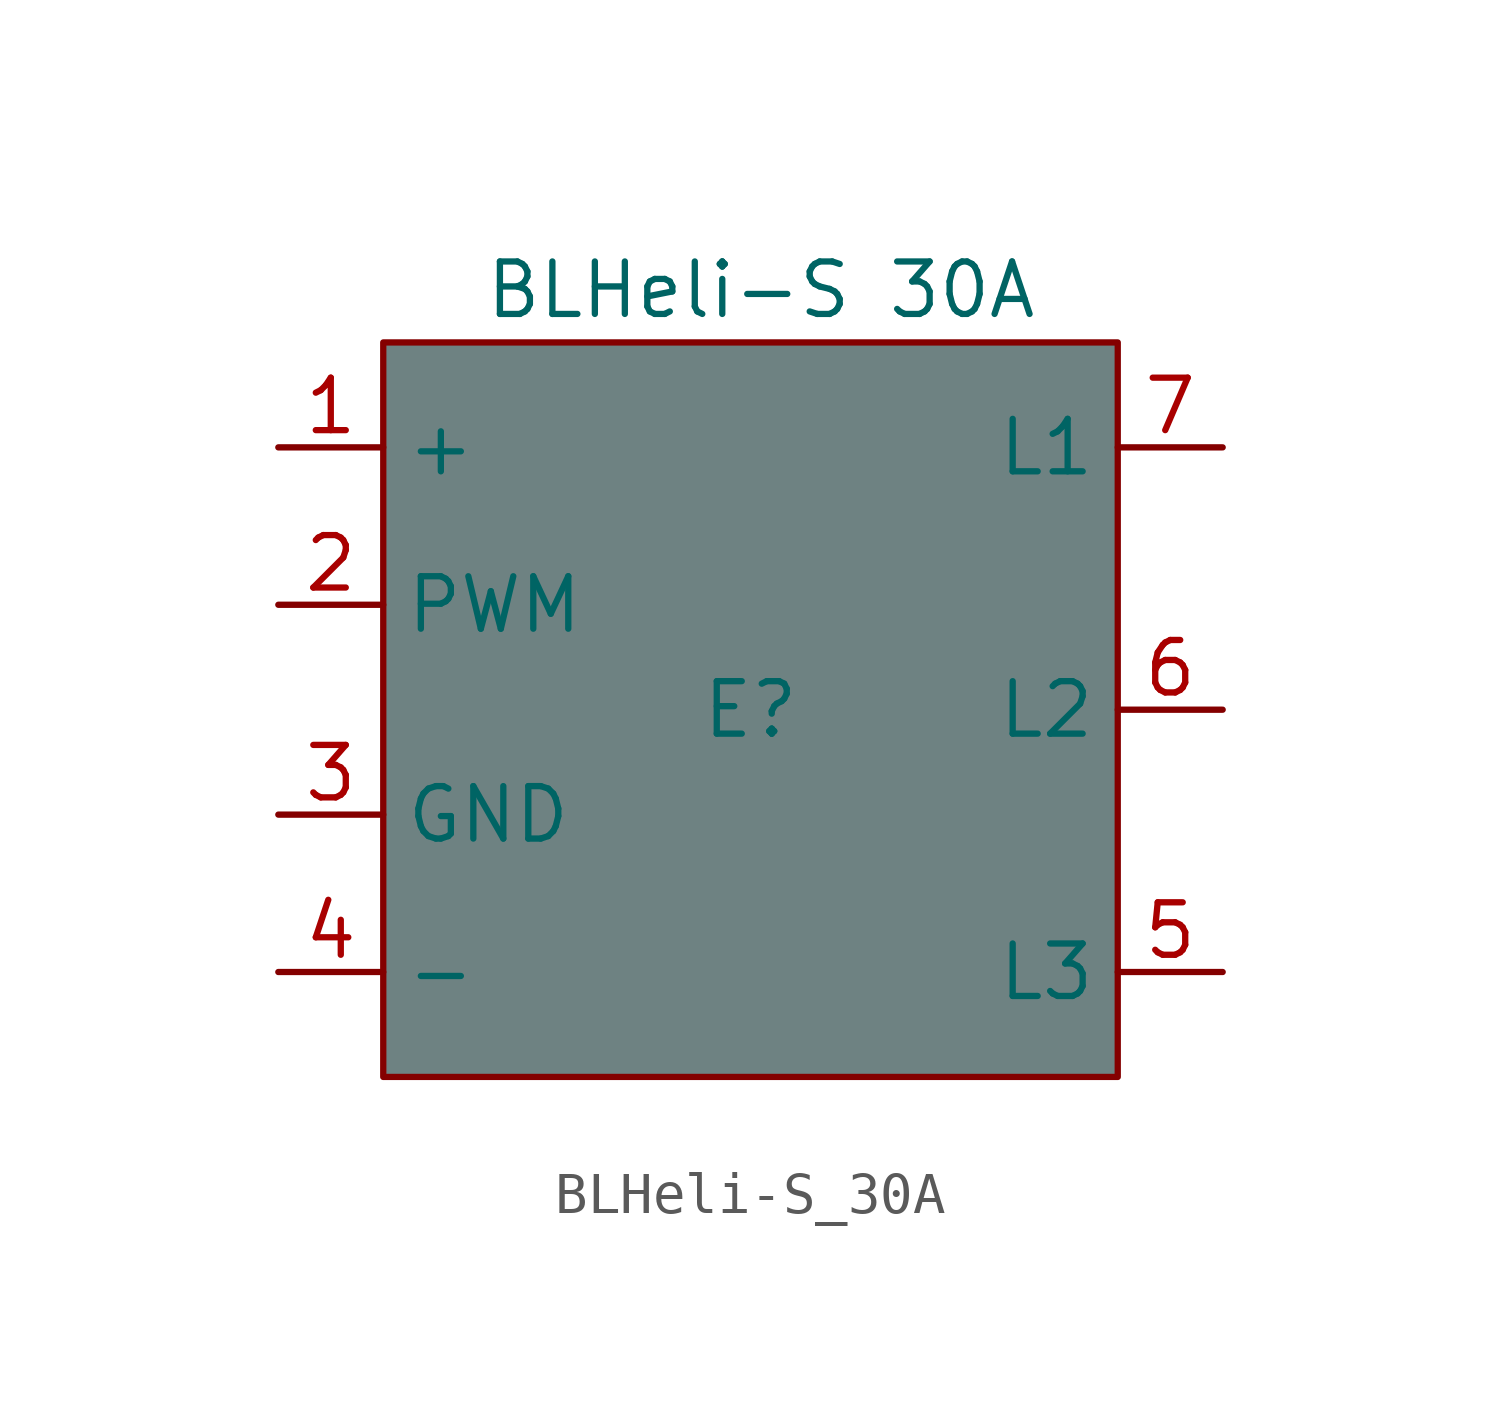
<source format=kicad_sym>
(kicad_symbol_lib
  (version 20241209)
  (generator "kicad_symbol_editor")
  (generator_version "9.0")
  (symbol "BLHeli-S_30A"
    (property "Reference" "E"
      (at 0 0 0)
      (effects (font (size 1.27 1.27))))
    (property "Value" "BLHeli-S 30A"
      (at 0.254 10.16 0)
      (effects (font (size 1.27 1.27))))
    (symbol "BLHeli-S_30A_1_1"
      (rectangle (start -8.89 8.89) (end 8.89 -8.89) (stroke (width 0) (type solid)) (fill (type color) (color 110 130 130 1)))
      (pin power_in line (at -11.43 6.35 0) (length 2.54) (name "+" (effects (font (size 1.27 1.27)))) (number "1" (effects (font (size 1.27 1.27)))))
      (pin input line (at -11.43 2.54 0) (length 2.54) (name "PWM" (effects (font (size 1.27 1.27)))) (number "2" (effects (font (size 1.27 1.27)))))
      (pin power_in line (at -11.43 -2.54 0) (length 2.54) (name "GND" (effects (font (size 1.27 1.27)))) (number "3" (effects (font (size 1.27 1.27)))))
      (pin power_in line (at -11.43 -6.35 0) (length 2.54) (name "-" (effects (font (size 1.27 1.27)))) (number "4" (effects (font (size 1.27 1.27)))))
      (pin output line (at 11.43 6.35 180) (length 2.54) (name "L1" (effects (font (size 1.27 1.27)))) (number "7" (effects (font (size 1.27 1.27)))))
      (pin output line (at 11.43 0 180) (length 2.54) (name "L2" (effects (font (size 1.27 1.27)))) (number "6" (effects (font (size 1.27 1.27)))))
      (pin output line (at 11.43 -6.35 180) (length 2.54) (name "L3" (effects (font (size 1.27 1.27)))) (number "5" (effects (font (size 1.27 1.27))))))))
</source>
